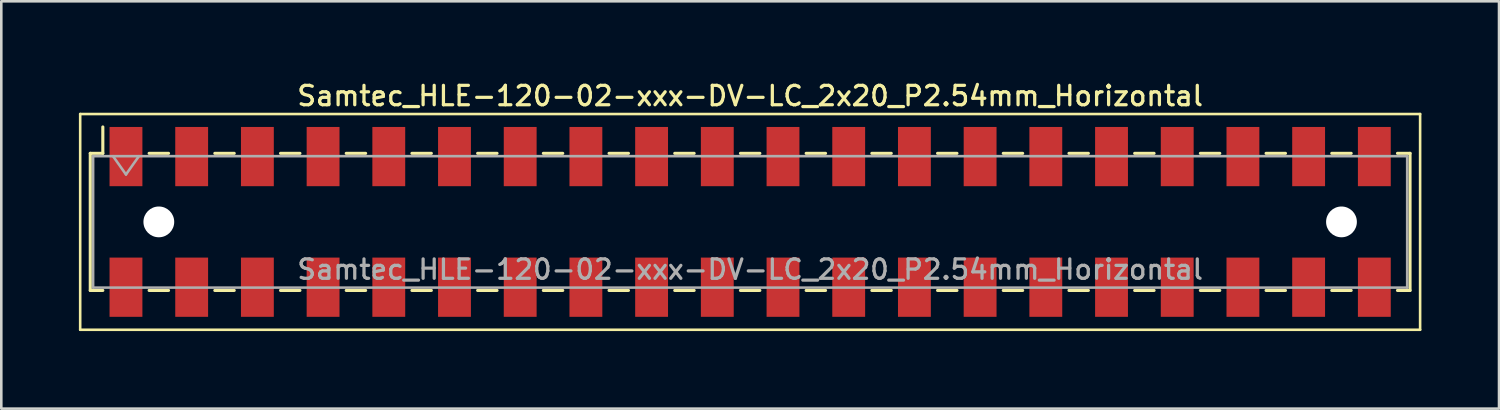
<source format=kicad_pcb>
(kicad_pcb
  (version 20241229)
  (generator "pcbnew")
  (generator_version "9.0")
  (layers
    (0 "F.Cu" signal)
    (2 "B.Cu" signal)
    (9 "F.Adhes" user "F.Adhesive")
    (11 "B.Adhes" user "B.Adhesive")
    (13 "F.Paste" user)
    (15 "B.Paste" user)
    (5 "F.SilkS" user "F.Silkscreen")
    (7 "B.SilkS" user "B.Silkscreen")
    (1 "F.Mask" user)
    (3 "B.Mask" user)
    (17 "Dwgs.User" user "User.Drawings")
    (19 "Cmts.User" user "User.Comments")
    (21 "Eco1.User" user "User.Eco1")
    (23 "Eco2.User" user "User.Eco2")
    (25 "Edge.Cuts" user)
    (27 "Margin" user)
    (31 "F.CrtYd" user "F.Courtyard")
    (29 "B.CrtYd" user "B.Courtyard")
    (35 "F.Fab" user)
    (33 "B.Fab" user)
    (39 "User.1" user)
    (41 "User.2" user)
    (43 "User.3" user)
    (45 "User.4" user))
  (footprint "Samtec_HLE-120-02-xxx-DV-LC_2x20_P2.54mm_Horizontal"
    (layer "F.Cu")
    (at 25.95 5.528)
    (property "Reference" "Samtec_HLE-120-02-xxx-DV-LC_2x20_P2.54mm_Horizontal" (at 0 -4.87 0) (layer "F.SilkS") (effects (font (size 0.75 0.75) (thickness 0.125))))
    (attr smd)
    (fp_line (start -25.9 -4.17) (end 25.9 -4.17) (stroke (width 0.1) (type solid)) (layer "F.SilkS"))
    (fp_line (start -25.9 4.17) (end -25.9 -4.17) (stroke (width 0.1) (type solid)) (layer "F.SilkS"))
    (fp_line (start -25.51 -2.65) (end -25.51 2.65) (stroke (width 0.12) (type solid)) (layer "F.SilkS"))
    (fp_line (start -25.51 2.65) (end -25.025 2.65) (stroke (width 0.12) (type solid)) (layer "F.SilkS"))
    (fp_line (start -25.025 -3.67) (end -25.025 -2.65) (stroke (width 0.12) (type solid)) (layer "F.SilkS"))
    (fp_line (start -25.025 -2.65) (end -25.51 -2.65) (stroke (width 0.12) (type solid)) (layer "F.SilkS"))
    (fp_line (start -23.235 -2.65) (end -22.485 -2.65) (stroke (width 0.12) (type solid)) (layer "F.SilkS"))
    (fp_line (start -23.235 2.65) (end -22.485 2.65) (stroke (width 0.12) (type solid)) (layer "F.SilkS"))
    (fp_line (start -20.695 -2.65) (end -19.945 -2.65) (stroke (width 0.12) (type solid)) (layer "F.SilkS"))
    (fp_line (start -20.695 2.65) (end -19.945 2.65) (stroke (width 0.12) (type solid)) (layer "F.SilkS"))
    (fp_line (start -18.155 -2.65) (end -17.405 -2.65) (stroke (width 0.12) (type solid)) (layer "F.SilkS"))
    (fp_line (start -18.155 2.65) (end -17.405 2.65) (stroke (width 0.12) (type solid)) (layer "F.SilkS"))
    (fp_line (start -15.615 -2.65) (end -14.865 -2.65) (stroke (width 0.12) (type solid)) (layer "F.SilkS"))
    (fp_line (start -15.615 2.65) (end -14.865 2.65) (stroke (width 0.12) (type solid)) (layer "F.SilkS"))
    (fp_line (start -13.075 -2.65) (end -12.325 -2.65) (stroke (width 0.12) (type solid)) (layer "F.SilkS"))
    (fp_line (start -13.075 2.65) (end -12.325 2.65) (stroke (width 0.12) (type solid)) (layer "F.SilkS"))
    (fp_line (start -10.535 -2.65) (end -9.785 -2.65) (stroke (width 0.12) (type solid)) (layer "F.SilkS"))
    (fp_line (start -10.535 2.65) (end -9.785 2.65) (stroke (width 0.12) (type solid)) (layer "F.SilkS"))
    (fp_line (start -7.995 -2.65) (end -7.245 -2.65) (stroke (width 0.12) (type solid)) (layer "F.SilkS"))
    (fp_line (start -7.995 2.65) (end -7.245 2.65) (stroke (width 0.12) (type solid)) (layer "F.SilkS"))
    (fp_line (start -5.455 -2.65) (end -4.705 -2.65) (stroke (width 0.12) (type solid)) (layer "F.SilkS"))
    (fp_line (start -5.455 2.65) (end -4.705 2.65) (stroke (width 0.12) (type solid)) (layer "F.SilkS"))
    (fp_line (start -2.915 -2.65) (end -2.165 -2.65) (stroke (width 0.12) (type solid)) (layer "F.SilkS"))
    (fp_line (start -2.915 2.65) (end -2.165 2.65) (stroke (width 0.12) (type solid)) (layer "F.SilkS"))
    (fp_line (start -0.375 -2.65) (end 0.375 -2.65) (stroke (width 0.12) (type solid)) (layer "F.SilkS"))
    (fp_line (start -0.375 2.65) (end 0.375 2.65) (stroke (width 0.12) (type solid)) (layer "F.SilkS"))
    (fp_line (start 2.165 -2.65) (end 2.915 -2.65) (stroke (width 0.12) (type solid)) (layer "F.SilkS"))
    (fp_line (start 2.165 2.65) (end 2.915 2.65) (stroke (width 0.12) (type solid)) (layer "F.SilkS"))
    (fp_line (start 4.705 -2.65) (end 5.455 -2.65) (stroke (width 0.12) (type solid)) (layer "F.SilkS"))
    (fp_line (start 4.705 2.65) (end 5.455 2.65) (stroke (width 0.12) (type solid)) (layer "F.SilkS"))
    (fp_line (start 7.245 -2.65) (end 7.995 -2.65) (stroke (width 0.12) (type solid)) (layer "F.SilkS"))
    (fp_line (start 7.245 2.65) (end 7.995 2.65) (stroke (width 0.12) (type solid)) (layer "F.SilkS"))
    (fp_line (start 9.785 -2.65) (end 10.535 -2.65) (stroke (width 0.12) (type solid)) (layer "F.SilkS"))
    (fp_line (start 9.785 2.65) (end 10.535 2.65) (stroke (width 0.12) (type solid)) (layer "F.SilkS"))
    (fp_line (start 12.325 -2.65) (end 13.075 -2.65) (stroke (width 0.12) (type solid)) (layer "F.SilkS"))
    (fp_line (start 12.325 2.65) (end 13.075 2.65) (stroke (width 0.12) (type solid)) (layer "F.SilkS"))
    (fp_line (start 14.865 -2.65) (end 15.615 -2.65) (stroke (width 0.12) (type solid)) (layer "F.SilkS"))
    (fp_line (start 14.865 2.65) (end 15.615 2.65) (stroke (width 0.12) (type solid)) (layer "F.SilkS"))
    (fp_line (start 17.405 -2.65) (end 18.155 -2.65) (stroke (width 0.12) (type solid)) (layer "F.SilkS"))
    (fp_line (start 17.405 2.65) (end 18.155 2.65) (stroke (width 0.12) (type solid)) (layer "F.SilkS"))
    (fp_line (start 19.945 -2.65) (end 20.695 -2.65) (stroke (width 0.12) (type solid)) (layer "F.SilkS"))
    (fp_line (start 19.945 2.65) (end 20.695 2.65) (stroke (width 0.12) (type solid)) (layer "F.SilkS"))
    (fp_line (start 22.485 -2.65) (end 23.235 -2.65) (stroke (width 0.12) (type solid)) (layer "F.SilkS"))
    (fp_line (start 22.485 2.65) (end 23.235 2.65) (stroke (width 0.12) (type solid)) (layer "F.SilkS"))
    (fp_line (start 25.025 -2.65) (end 25.51 -2.65) (stroke (width 0.12) (type solid)) (layer "F.SilkS"))
    (fp_line (start 25.51 -2.65) (end 25.51 2.65) (stroke (width 0.12) (type solid)) (layer "F.SilkS"))
    (fp_line (start 25.51 2.65) (end 25.025 2.65) (stroke (width 0.12) (type solid)) (layer "F.SilkS"))
    (fp_line (start 25.9 -4.17) (end 25.9 4.17) (stroke (width 0.1) (type solid)) (layer "F.SilkS"))
    (fp_line (start 25.9 4.17) (end -25.9 4.17) (stroke (width 0.1) (type solid)) (layer "F.SilkS"))
    (fp_line (start -25.4 -2.54) (end 25.4 -2.54) (stroke (width 0.1) (type solid)) (layer "F.Fab"))
    (fp_line (start -25.4 2.54) (end -25.4 -2.54) (stroke (width 0.1) (type solid)) (layer "F.Fab"))
    (fp_line (start -24.63 -2.54) (end -24.13 -1.833) (stroke (width 0.1) (type solid)) (layer "F.Fab"))
    (fp_line (start -24.13 -1.833) (end -23.63 -2.54) (stroke (width 0.1) (type solid)) (layer "F.Fab"))
    (fp_line (start 25.4 -2.54) (end 25.4 2.54) (stroke (width 0.1) (type solid)) (layer "F.Fab"))
    (fp_line (start 25.4 2.54) (end -25.4 2.54) (stroke (width 0.1) (type solid)) (layer "F.Fab"))
    (fp_text user "${REFERENCE}" (at 0 1.84 0) (layer "F.Fab") (effects (font (size 0.75 0.75) (thickness 0.125))))
    (pad "" np_thru_hole circle (at -22.86 0) (size 1.19 1.19) (drill 1.19) (layers "*.Cu" "*.Mask"))
    (pad "" np_thru_hole circle (at 22.86 0) (size 1.19 1.19) (drill 1.19) (layers "*.Cu" "*.Mask"))
    (pad "1" smd rect (at -24.13 -2.525) (size 1.27 2.29) (layers "F.Cu" "F.Mask" "F.Paste"))
    (pad "2" smd rect (at -24.13 2.525) (size 1.27 2.29) (layers "F.Cu" "F.Mask" "F.Paste"))
    (pad "3" smd rect (at -21.59 -2.525) (size 1.27 2.29) (layers "F.Cu" "F.Mask" "F.Paste"))
    (pad "4" smd rect (at -21.59 2.525) (size 1.27 2.29) (layers "F.Cu" "F.Mask" "F.Paste"))
    (pad "5" smd rect (at -19.05 -2.525) (size 1.27 2.29) (layers "F.Cu" "F.Mask" "F.Paste"))
    (pad "6" smd rect (at -19.05 2.525) (size 1.27 2.29) (layers "F.Cu" "F.Mask" "F.Paste"))
    (pad "7" smd rect (at -16.51 -2.525) (size 1.27 2.29) (layers "F.Cu" "F.Mask" "F.Paste"))
    (pad "8" smd rect (at -16.51 2.525) (size 1.27 2.29) (layers "F.Cu" "F.Mask" "F.Paste"))
    (pad "9" smd rect (at -13.97 -2.525) (size 1.27 2.29) (layers "F.Cu" "F.Mask" "F.Paste"))
    (pad "10" smd rect (at -13.97 2.525) (size 1.27 2.29) (layers "F.Cu" "F.Mask" "F.Paste"))
    (pad "11" smd rect (at -11.43 -2.525) (size 1.27 2.29) (layers "F.Cu" "F.Mask" "F.Paste"))
    (pad "12" smd rect (at -11.43 2.525) (size 1.27 2.29) (layers "F.Cu" "F.Mask" "F.Paste"))
    (pad "13" smd rect (at -8.89 -2.525) (size 1.27 2.29) (layers "F.Cu" "F.Mask" "F.Paste"))
    (pad "14" smd rect (at -8.89 2.525) (size 1.27 2.29) (layers "F.Cu" "F.Mask" "F.Paste"))
    (pad "15" smd rect (at -6.35 -2.525) (size 1.27 2.29) (layers "F.Cu" "F.Mask" "F.Paste"))
    (pad "16" smd rect (at -6.35 2.525) (size 1.27 2.29) (layers "F.Cu" "F.Mask" "F.Paste"))
    (pad "17" smd rect (at -3.81 -2.525) (size 1.27 2.29) (layers "F.Cu" "F.Mask" "F.Paste"))
    (pad "18" smd rect (at -3.81 2.525) (size 1.27 2.29) (layers "F.Cu" "F.Mask" "F.Paste"))
    (pad "19" smd rect (at -1.27 -2.525) (size 1.27 2.29) (layers "F.Cu" "F.Mask" "F.Paste"))
    (pad "20" smd rect (at -1.27 2.525) (size 1.27 2.29) (layers "F.Cu" "F.Mask" "F.Paste"))
    (pad "21" smd rect (at 1.27 -2.525) (size 1.27 2.29) (layers "F.Cu" "F.Mask" "F.Paste"))
    (pad "22" smd rect (at 1.27 2.525) (size 1.27 2.29) (layers "F.Cu" "F.Mask" "F.Paste"))
    (pad "23" smd rect (at 3.81 -2.525) (size 1.27 2.29) (layers "F.Cu" "F.Mask" "F.Paste"))
    (pad "24" smd rect (at 3.81 2.525) (size 1.27 2.29) (layers "F.Cu" "F.Mask" "F.Paste"))
    (pad "25" smd rect (at 6.35 -2.525) (size 1.27 2.29) (layers "F.Cu" "F.Mask" "F.Paste"))
    (pad "26" smd rect (at 6.35 2.525) (size 1.27 2.29) (layers "F.Cu" "F.Mask" "F.Paste"))
    (pad "27" smd rect (at 8.89 -2.525) (size 1.27 2.29) (layers "F.Cu" "F.Mask" "F.Paste"))
    (pad "28" smd rect (at 8.89 2.525) (size 1.27 2.29) (layers "F.Cu" "F.Mask" "F.Paste"))
    (pad "29" smd rect (at 11.43 -2.525) (size 1.27 2.29) (layers "F.Cu" "F.Mask" "F.Paste"))
    (pad "30" smd rect (at 11.43 2.525) (size 1.27 2.29) (layers "F.Cu" "F.Mask" "F.Paste"))
    (pad "31" smd rect (at 13.97 -2.525) (size 1.27 2.29) (layers "F.Cu" "F.Mask" "F.Paste"))
    (pad "32" smd rect (at 13.97 2.525) (size 1.27 2.29) (layers "F.Cu" "F.Mask" "F.Paste"))
    (pad "33" smd rect (at 16.51 -2.525) (size 1.27 2.29) (layers "F.Cu" "F.Mask" "F.Paste"))
    (pad "34" smd rect (at 16.51 2.525) (size 1.27 2.29) (layers "F.Cu" "F.Mask" "F.Paste"))
    (pad "35" smd rect (at 19.05 -2.525) (size 1.27 2.29) (layers "F.Cu" "F.Mask" "F.Paste"))
    (pad "36" smd rect (at 19.05 2.525) (size 1.27 2.29) (layers "F.Cu" "F.Mask" "F.Paste"))
    (pad "37" smd rect (at 21.59 -2.525) (size 1.27 2.29) (layers "F.Cu" "F.Mask" "F.Paste"))
    (pad "38" smd rect (at 21.59 2.525) (size 1.27 2.29) (layers "F.Cu" "F.Mask" "F.Paste"))
    (pad "39" smd rect (at 24.13 -2.525) (size 1.27 2.29) (layers "F.Cu" "F.Mask" "F.Paste"))
    (pad "40" smd rect (at 24.13 2.525) (size 1.27 2.29) (layers "F.Cu" "F.Mask" "F.Paste")))
  (gr_rect
    (start -3 -3)
    (end 54.9 12.748)
    (stroke (width 0.1) (type default))
    (fill no)
    (layer "Edge.Cuts")))
</source>
